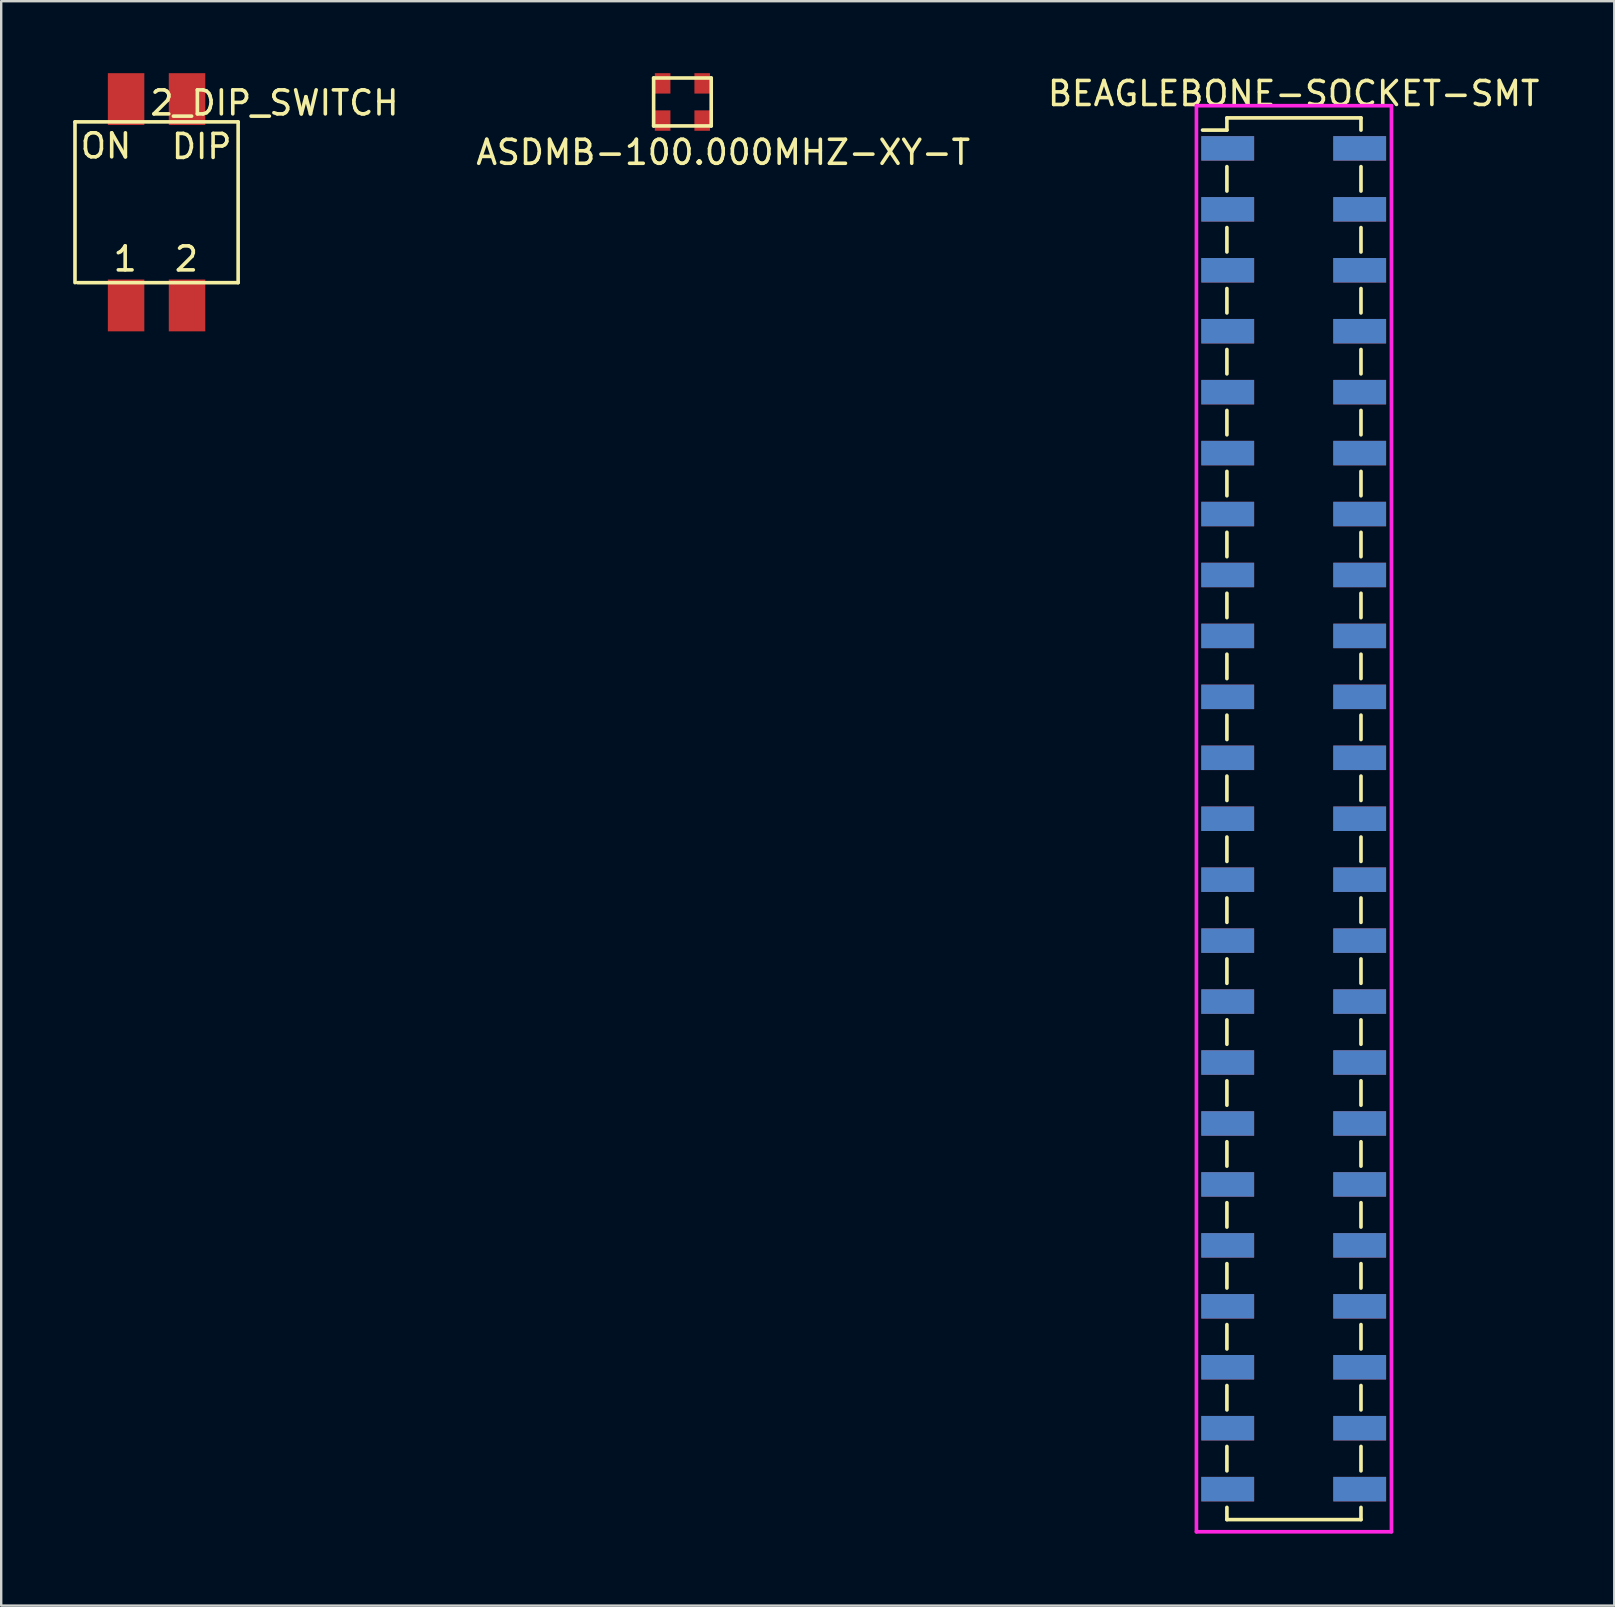
<source format=kicad_pcb>
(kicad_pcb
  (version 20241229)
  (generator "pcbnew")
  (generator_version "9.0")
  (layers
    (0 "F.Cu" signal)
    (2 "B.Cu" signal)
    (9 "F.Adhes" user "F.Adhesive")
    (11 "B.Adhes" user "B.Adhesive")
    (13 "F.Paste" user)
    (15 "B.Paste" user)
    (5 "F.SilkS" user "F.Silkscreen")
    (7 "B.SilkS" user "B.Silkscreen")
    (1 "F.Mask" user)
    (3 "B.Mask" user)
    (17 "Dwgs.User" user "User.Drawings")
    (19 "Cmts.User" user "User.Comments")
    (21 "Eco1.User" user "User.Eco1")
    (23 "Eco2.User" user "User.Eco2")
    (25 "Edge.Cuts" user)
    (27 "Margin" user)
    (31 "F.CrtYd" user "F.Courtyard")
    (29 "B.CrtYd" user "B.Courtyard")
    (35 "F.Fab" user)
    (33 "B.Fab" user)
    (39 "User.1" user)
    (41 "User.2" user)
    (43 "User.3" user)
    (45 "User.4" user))
  (footprint "2_DIP_SWITCH"
    (layer "F.Cu")
    (at 3.475 5.38)
    (property "Reference" "2_DIP_SWITCH" (at 4.915 -4.14 0) (layer "F.SilkS") (effects (font (size 1 1) (thickness 0.15))))
    (attr through_hole)
    (fp_line (start -3.4 -3.35) (end 3.4 -3.35) (stroke (width 0.15) (type solid)) (layer "F.SilkS"))
    (fp_line (start -3.4 3.35) (end -3.4 -3.35) (stroke (width 0.15) (type solid)) (layer "F.SilkS"))
    (fp_line (start 3.4 -3.35) (end 3.4 3.35) (stroke (width 0.15) (type solid)) (layer "F.SilkS"))
    (fp_line (start 3.4 3.35) (end -3.3 3.35) (stroke (width 0.15) (type solid)) (layer "F.SilkS"))
    (fp_text user "2" (at 1.245 2.362 0) (layer "F.SilkS") (effects (font (size 1 1) (thickness 0.15))))
    (fp_text user "DIP" (at 1.88 -2.324 0) (layer "F.SilkS") (effects (font (size 1 1) (thickness 0.15))))
    (fp_text user "ON" (at -2.108 -2.349 0) (layer "F.SilkS") (effects (font (size 1 1) (thickness 0.15))))
    (fp_text user "1" (at -1.308 2.362 0) (layer "F.SilkS") (effects (font (size 1 1) (thickness 0.15))))
    (pad "1" smd rect (at 1.27 -4.3) (size 1.52 2.16) (layers "F.Cu" "F.Mask" "F.Paste"))
    (pad "2" smd rect (at -1.27 -4.3) (size 1.52 2.16) (layers "F.Cu" "F.Mask" "F.Paste"))
    (pad "3" smd rect (at -1.27 4.3) (size 1.52 2.16) (layers "F.Cu" "F.Mask" "F.Paste"))
    (pad "4" smd rect (at 1.27 4.3) (size 1.52 2.16) (layers "F.Cu" "F.Mask" "F.Paste")))
  (footprint "ASDMB-100.000MHZ-XY-T"
    (layer "F.Cu")
    (at 25.392 1.2)
    (property "Reference" "ASDMB-100.000MHZ-XY-T" (at 1.7 2.1 0) (layer "F.SilkS") (effects (font (size 1 1) (thickness 0.15))))
    (attr through_hole)
    (fp_line (start -1.2 -1) (end -1.2 1) (stroke (width 0.15) (type solid)) (layer "F.SilkS"))
    (fp_line (start -1.2 1) (end 1.2 1) (stroke (width 0.15) (type solid)) (layer "F.SilkS"))
    (fp_line (start 1.2 -1) (end -1.2 -1) (stroke (width 0.15) (type solid)) (layer "F.SilkS"))
    (fp_line (start 1.2 1) (end 1.2 -1) (stroke (width 0.15) (type solid)) (layer "F.SilkS"))
    (pad "1" smd rect (at -0.825 0.775) (size 0.65 0.85) (layers "F.Cu" "F.Mask" "F.Paste"))
    (pad "2" smd rect (at 0.825 0.775) (size 0.65 0.85) (layers "F.Cu" "F.Mask" "F.Paste"))
    (pad "3" smd rect (at 0.825 -0.775) (size 0.65 0.85) (layers "F.Cu" "F.Mask" "F.Paste"))
    (pad "4" smd rect (at -0.825 -0.775) (size 0.65 0.85) (layers "F.Cu" "F.Mask" "F.Paste")))
  (footprint "BEAGLEBONE-SOCKET-SMT"
    (layer "F.Cu")
    (at 49.609 3.134)
    (property "Reference" "BEAGLEBONE-SOCKET-SMT" (at 1.257 -2.286 0) (layer "F.SilkS") (effects (font (size 1 1) (thickness 0.15))))
    (attr smd)
    (fp_line (start -1.524 -1.27) (end -1.524 -0.762) (stroke (width 0.15) (type solid)) (layer "F.SilkS"))
    (fp_line (start -1.524 -1.27) (end 4.064 -1.27) (stroke (width 0.152) (type solid)) (layer "F.SilkS"))
    (fp_line (start -1.524 -0.762) (end -2.54 -0.762) (stroke (width 0.152) (type solid)) (layer "F.SilkS"))
    (fp_line (start -1.524 0.762) (end -1.524 1.778) (stroke (width 0.152) (type solid)) (layer "F.SilkS"))
    (fp_line (start -1.524 3.302) (end -1.524 4.318) (stroke (width 0.152) (type solid)) (layer "F.SilkS"))
    (fp_line (start -1.524 5.842) (end -1.524 6.858) (stroke (width 0.152) (type solid)) (layer "F.SilkS"))
    (fp_line (start -1.524 8.382) (end -1.524 9.398) (stroke (width 0.152) (type solid)) (layer "F.SilkS"))
    (fp_line (start -1.524 10.922) (end -1.524 11.938) (stroke (width 0.152) (type solid)) (layer "F.SilkS"))
    (fp_line (start -1.524 13.462) (end -1.524 14.478) (stroke (width 0.152) (type solid)) (layer "F.SilkS"))
    (fp_line (start -1.524 16.002) (end -1.524 17.018) (stroke (width 0.152) (type solid)) (layer "F.SilkS"))
    (fp_line (start -1.524 18.542) (end -1.524 19.558) (stroke (width 0.152) (type solid)) (layer "F.SilkS"))
    (fp_line (start -1.524 21.082) (end -1.524 22.098) (stroke (width 0.152) (type solid)) (layer "F.SilkS"))
    (fp_line (start -1.524 23.622) (end -1.524 24.638) (stroke (width 0.152) (type solid)) (layer "F.SilkS"))
    (fp_line (start -1.524 26.162) (end -1.524 27.178) (stroke (width 0.152) (type solid)) (layer "F.SilkS"))
    (fp_line (start -1.524 28.702) (end -1.524 29.718) (stroke (width 0.152) (type solid)) (layer "F.SilkS"))
    (fp_line (start -1.524 31.242) (end -1.524 32.258) (stroke (width 0.152) (type solid)) (layer "F.SilkS"))
    (fp_line (start -1.524 33.782) (end -1.524 34.798) (stroke (width 0.152) (type solid)) (layer "F.SilkS"))
    (fp_line (start -1.524 36.322) (end -1.524 37.338) (stroke (width 0.152) (type solid)) (layer "F.SilkS"))
    (fp_line (start -1.524 38.862) (end -1.524 39.878) (stroke (width 0.152) (type solid)) (layer "F.SilkS"))
    (fp_line (start -1.524 41.402) (end -1.524 42.418) (stroke (width 0.152) (type solid)) (layer "F.SilkS"))
    (fp_line (start -1.524 43.942) (end -1.524 44.958) (stroke (width 0.152) (type solid)) (layer "F.SilkS"))
    (fp_line (start -1.524 46.482) (end -1.524 47.498) (stroke (width 0.152) (type solid)) (layer "F.SilkS"))
    (fp_line (start -1.524 49.022) (end -1.524 50.038) (stroke (width 0.152) (type solid)) (layer "F.SilkS"))
    (fp_line (start -1.524 51.562) (end -1.524 52.578) (stroke (width 0.152) (type solid)) (layer "F.SilkS"))
    (fp_line (start -1.524 54.102) (end -1.524 55.118) (stroke (width 0.152) (type solid)) (layer "F.SilkS"))
    (fp_line (start -1.524 56.642) (end -1.524 57.15) (stroke (width 0.152) (type solid)) (layer "F.SilkS"))
    (fp_line (start 4.064 -1.27) (end 4.064 -0.762) (stroke (width 0.152) (type solid)) (layer "F.SilkS"))
    (fp_line (start 4.064 0.762) (end 4.064 1.778) (stroke (width 0.152) (type solid)) (layer "F.SilkS"))
    (fp_line (start 4.064 3.302) (end 4.064 4.318) (stroke (width 0.152) (type solid)) (layer "F.SilkS"))
    (fp_line (start 4.064 5.842) (end 4.064 6.858) (stroke (width 0.152) (type solid)) (layer "F.SilkS"))
    (fp_line (start 4.064 8.382) (end 4.064 9.398) (stroke (width 0.152) (type solid)) (layer "F.SilkS"))
    (fp_line (start 4.064 10.922) (end 4.064 11.938) (stroke (width 0.152) (type solid)) (layer "F.SilkS"))
    (fp_line (start 4.064 13.462) (end 4.064 14.478) (stroke (width 0.152) (type solid)) (layer "F.SilkS"))
    (fp_line (start 4.064 16.002) (end 4.064 17.018) (stroke (width 0.152) (type solid)) (layer "F.SilkS"))
    (fp_line (start 4.064 18.542) (end 4.064 19.558) (stroke (width 0.152) (type solid)) (layer "F.SilkS"))
    (fp_line (start 4.064 21.082) (end 4.064 22.098) (stroke (width 0.152) (type solid)) (layer "F.SilkS"))
    (fp_line (start 4.064 23.622) (end 4.064 24.638) (stroke (width 0.152) (type solid)) (layer "F.SilkS"))
    (fp_line (start 4.064 26.162) (end 4.064 27.178) (stroke (width 0.152) (type solid)) (layer "F.SilkS"))
    (fp_line (start 4.064 28.702) (end 4.064 29.718) (stroke (width 0.152) (type solid)) (layer "F.SilkS"))
    (fp_line (start 4.064 31.242) (end 4.064 32.258) (stroke (width 0.152) (type solid)) (layer "F.SilkS"))
    (fp_line (start 4.064 33.782) (end 4.064 34.798) (stroke (width 0.152) (type solid)) (layer "F.SilkS"))
    (fp_line (start 4.064 36.322) (end 4.064 37.338) (stroke (width 0.152) (type solid)) (layer "F.SilkS"))
    (fp_line (start 4.064 38.862) (end 4.064 39.878) (stroke (width 0.152) (type solid)) (layer "F.SilkS"))
    (fp_line (start 4.064 41.402) (end 4.064 42.418) (stroke (width 0.152) (type solid)) (layer "F.SilkS"))
    (fp_line (start 4.064 43.942) (end 4.064 44.958) (stroke (width 0.152) (type solid)) (layer "F.SilkS"))
    (fp_line (start 4.064 46.482) (end 4.064 47.498) (stroke (width 0.152) (type solid)) (layer "F.SilkS"))
    (fp_line (start 4.064 49.022) (end 4.064 50.038) (stroke (width 0.152) (type solid)) (layer "F.SilkS"))
    (fp_line (start 4.064 51.562) (end 4.064 52.578) (stroke (width 0.152) (type solid)) (layer "F.SilkS"))
    (fp_line (start 4.064 54.102) (end 4.064 55.118) (stroke (width 0.152) (type solid)) (layer "F.SilkS"))
    (fp_line (start 4.064 56.642) (end 4.064 57.15) (stroke (width 0.152) (type solid)) (layer "F.SilkS"))
    (fp_line (start 4.064 57.15) (end -1.524 57.15) (stroke (width 0.15) (type solid)) (layer "F.SilkS"))
    (fp_line (start -2.794 -1.778) (end -2.794 57.658) (stroke (width 0.152) (type solid)) (layer "F.CrtYd"))
    (fp_line (start -2.794 -1.778) (end 5.334 -1.778) (stroke (width 0.152) (type solid)) (layer "F.CrtYd"))
    (fp_line (start 5.334 -1.778) (end 5.334 57.658) (stroke (width 0.152) (type solid)) (layer "F.CrtYd"))
    (fp_line (start 5.334 57.658) (end -2.794 57.658) (stroke (width 0.152) (type solid)) (layer "F.CrtYd"))
    (pad "1" smd rect (at -1.49 0 270) (size 1.02 2.2) (layers "F.Cu" "F.Mask" "F.Paste"))
    (pad "1" smd rect (at -1.49 0 90) (size 1.02 2.2) (layers "B.Cu" "B.Mask" "B.Paste"))
    (pad "2" smd rect (at 4.01 0 270) (size 1.02 2.2) (layers "F.Cu" "F.Mask" "F.Paste"))
    (pad "2" smd rect (at 4.01 0 90) (size 1.02 2.2) (layers "B.Cu" "B.Mask" "B.Paste"))
    (pad "3" smd rect (at -1.49 2.54 270) (size 1.02 2.2) (layers "F.Cu" "F.Mask" "F.Paste"))
    (pad "3" smd rect (at -1.49 2.54 90) (size 1.02 2.2) (layers "B.Cu" "B.Mask" "B.Paste"))
    (pad "4" smd rect (at 4.01 2.54 270) (size 1.02 2.2) (layers "F.Cu" "F.Mask" "F.Paste"))
    (pad "4" smd rect (at 4.01 2.54 90) (size 1.02 2.2) (layers "B.Cu" "B.Mask" "B.Paste"))
    (pad "5" smd rect (at -1.49 5.08 270) (size 1.02 2.2) (layers "F.Cu" "F.Mask" "F.Paste"))
    (pad "5" smd rect (at -1.49 5.08 90) (size 1.02 2.2) (layers "B.Cu" "B.Mask" "B.Paste"))
    (pad "6" smd rect (at 4.01 5.08 270) (size 1.02 2.2) (layers "F.Cu" "F.Mask" "F.Paste"))
    (pad "6" smd rect (at 4.01 5.08 90) (size 1.02 2.2) (layers "B.Cu" "B.Mask" "B.Paste"))
    (pad "7" smd rect (at -1.49 7.62 270) (size 1.02 2.2) (layers "F.Cu" "F.Mask" "F.Paste"))
    (pad "7" smd rect (at -1.49 7.62 90) (size 1.02 2.2) (layers "B.Cu" "B.Mask" "B.Paste"))
    (pad "8" smd rect (at 4.01 7.62 270) (size 1.02 2.2) (layers "F.Cu" "F.Mask" "F.Paste"))
    (pad "8" smd rect (at 4.01 7.62 90) (size 1.02 2.2) (layers "B.Cu" "B.Mask" "B.Paste"))
    (pad "9" smd rect (at -1.49 10.16 270) (size 1.02 2.2) (layers "F.Cu" "F.Mask" "F.Paste"))
    (pad "9" smd rect (at -1.49 10.16 90) (size 1.02 2.2) (layers "B.Cu" "B.Mask" "B.Paste"))
    (pad "10" smd rect (at 4.01 10.16 270) (size 1.02 2.2) (layers "F.Cu" "F.Mask" "F.Paste"))
    (pad "10" smd rect (at 4.01 10.16 90) (size 1.02 2.2) (layers "B.Cu" "B.Mask" "B.Paste"))
    (pad "11" smd rect (at -1.49 12.7 270) (size 1.02 2.2) (layers "F.Cu" "F.Mask" "F.Paste"))
    (pad "11" smd rect (at -1.49 12.7 90) (size 1.02 2.2) (layers "B.Cu" "B.Mask" "B.Paste"))
    (pad "12" smd rect (at 4.01 12.7 270) (size 1.02 2.2) (layers "F.Cu" "F.Mask" "F.Paste"))
    (pad "12" smd rect (at 4.01 12.7 90) (size 1.02 2.2) (layers "B.Cu" "B.Mask" "B.Paste"))
    (pad "13" smd rect (at -1.49 15.24 270) (size 1.02 2.2) (layers "F.Cu" "F.Mask" "F.Paste"))
    (pad "13" smd rect (at -1.49 15.24 90) (size 1.02 2.2) (layers "B.Cu" "B.Mask" "B.Paste"))
    (pad "14" smd rect (at 4.01 15.24 270) (size 1.02 2.2) (layers "F.Cu" "F.Mask" "F.Paste"))
    (pad "14" smd rect (at 4.01 15.24 90) (size 1.02 2.2) (layers "B.Cu" "B.Mask" "B.Paste"))
    (pad "15" smd rect (at -1.49 17.78 270) (size 1.02 2.2) (layers "F.Cu" "F.Mask" "F.Paste"))
    (pad "15" smd rect (at -1.49 17.78 90) (size 1.02 2.2) (layers "B.Cu" "B.Mask" "B.Paste"))
    (pad "16" smd rect (at 4.01 17.78 270) (size 1.02 2.2) (layers "F.Cu" "F.Mask" "F.Paste"))
    (pad "16" smd rect (at 4.01 17.78 90) (size 1.02 2.2) (layers "B.Cu" "B.Mask" "B.Paste"))
    (pad "17" smd rect (at -1.49 20.32 270) (size 1.02 2.2) (layers "F.Cu" "F.Mask" "F.Paste"))
    (pad "17" smd rect (at -1.49 20.32 90) (size 1.02 2.2) (layers "B.Cu" "B.Mask" "B.Paste"))
    (pad "18" smd rect (at 4.01 20.32 270) (size 1.02 2.2) (layers "F.Cu" "F.Mask" "F.Paste"))
    (pad "18" smd rect (at 4.01 20.32 90) (size 1.02 2.2) (layers "B.Cu" "B.Mask" "B.Paste"))
    (pad "19" smd rect (at -1.49 22.86 270) (size 1.02 2.2) (layers "F.Cu" "F.Mask" "F.Paste"))
    (pad "19" smd rect (at -1.49 22.86 90) (size 1.02 2.2) (layers "B.Cu" "B.Mask" "B.Paste"))
    (pad "20" smd rect (at 4.01 22.86 270) (size 1.02 2.2) (layers "F.Cu" "F.Mask" "F.Paste"))
    (pad "20" smd rect (at 4.01 22.86 90) (size 1.02 2.2) (layers "B.Cu" "B.Mask" "B.Paste"))
    (pad "21" smd rect (at -1.49 25.4 270) (size 1.02 2.2) (layers "F.Cu" "F.Mask" "F.Paste"))
    (pad "21" smd rect (at -1.49 25.4 90) (size 1.02 2.2) (layers "B.Cu" "B.Mask" "B.Paste"))
    (pad "22" smd rect (at 4.01 25.4 270) (size 1.02 2.2) (layers "F.Cu" "F.Mask" "F.Paste"))
    (pad "22" smd rect (at 4.01 25.4 90) (size 1.02 2.2) (layers "B.Cu" "B.Mask" "B.Paste"))
    (pad "23" smd rect (at -1.49 27.94 270) (size 1.02 2.2) (layers "F.Cu" "F.Mask" "F.Paste"))
    (pad "23" smd rect (at -1.49 27.94 90) (size 1.02 2.2) (layers "B.Cu" "B.Mask" "B.Paste"))
    (pad "24" smd rect (at 4.01 27.94 270) (size 1.02 2.2) (layers "F.Cu" "F.Mask" "F.Paste"))
    (pad "24" smd rect (at 4.01 27.94 90) (size 1.02 2.2) (layers "B.Cu" "B.Mask" "B.Paste"))
    (pad "25" smd rect (at -1.49 30.48 270) (size 1.02 2.2) (layers "F.Cu" "F.Mask" "F.Paste"))
    (pad "25" smd rect (at -1.49 30.48 90) (size 1.02 2.2) (layers "B.Cu" "B.Mask" "B.Paste"))
    (pad "26" smd rect (at 4.01 30.48 270) (size 1.02 2.2) (layers "F.Cu" "F.Mask" "F.Paste"))
    (pad "26" smd rect (at 4.01 30.48 90) (size 1.02 2.2) (layers "B.Cu" "B.Mask" "B.Paste"))
    (pad "27" smd rect (at -1.49 33.02 270) (size 1.02 2.2) (layers "F.Cu" "F.Mask" "F.Paste"))
    (pad "27" smd rect (at -1.49 33.02 90) (size 1.02 2.2) (layers "B.Cu" "B.Mask" "B.Paste"))
    (pad "28" smd rect (at 4.01 33.02 270) (size 1.02 2.2) (layers "F.Cu" "F.Mask" "F.Paste"))
    (pad "28" smd rect (at 4.01 33.02 90) (size 1.02 2.2) (layers "B.Cu" "B.Mask" "B.Paste"))
    (pad "29" smd rect (at -1.49 35.56 270) (size 1.02 2.2) (layers "F.Cu" "F.Mask" "F.Paste"))
    (pad "29" smd rect (at -1.49 35.56 90) (size 1.02 2.2) (layers "B.Cu" "B.Mask" "B.Paste"))
    (pad "30" smd rect (at 4.01 35.56 270) (size 1.02 2.2) (layers "F.Cu" "F.Mask" "F.Paste"))
    (pad "30" smd rect (at 4.01 35.56 90) (size 1.02 2.2) (layers "B.Cu" "B.Mask" "B.Paste"))
    (pad "31" smd rect (at -1.49 38.1 270) (size 1.02 2.2) (layers "F.Cu" "F.Mask" "F.Paste"))
    (pad "31" smd rect (at -1.49 38.1 90) (size 1.02 2.2) (layers "B.Cu" "B.Mask" "B.Paste"))
    (pad "32" smd rect (at 4.01 38.1 270) (size 1.02 2.2) (layers "F.Cu" "F.Mask" "F.Paste"))
    (pad "32" smd rect (at 4.01 38.1 90) (size 1.02 2.2) (layers "B.Cu" "B.Mask" "B.Paste"))
    (pad "33" smd rect (at -1.49 40.64 270) (size 1.02 2.2) (layers "F.Cu" "F.Mask" "F.Paste"))
    (pad "33" smd rect (at -1.49 40.64 90) (size 1.02 2.2) (layers "B.Cu" "B.Mask" "B.Paste"))
    (pad "34" smd rect (at 4.01 40.64 270) (size 1.02 2.2) (layers "F.Cu" "F.Mask" "F.Paste"))
    (pad "34" smd rect (at 4.01 40.64 90) (size 1.02 2.2) (layers "B.Cu" "B.Mask" "B.Paste"))
    (pad "35" smd rect (at -1.49 43.18 270) (size 1.02 2.2) (layers "F.Cu" "F.Mask" "F.Paste"))
    (pad "35" smd rect (at -1.49 43.18 90) (size 1.02 2.2) (layers "B.Cu" "B.Mask" "B.Paste"))
    (pad "36" smd rect (at 4.01 43.18 270) (size 1.02 2.2) (layers "F.Cu" "F.Mask" "F.Paste"))
    (pad "36" smd rect (at 4.01 43.18 90) (size 1.02 2.2) (layers "B.Cu" "B.Mask" "B.Paste"))
    (pad "37" smd rect (at -1.49 45.72 270) (size 1.02 2.2) (layers "F.Cu" "F.Mask" "F.Paste"))
    (pad "37" smd rect (at -1.49 45.72 90) (size 1.02 2.2) (layers "B.Cu" "B.Mask" "B.Paste"))
    (pad "38" smd rect (at 4.01 45.72 270) (size 1.02 2.2) (layers "F.Cu" "F.Mask" "F.Paste"))
    (pad "38" smd rect (at 4.01 45.72 90) (size 1.02 2.2) (layers "B.Cu" "B.Mask" "B.Paste"))
    (pad "39" smd rect (at -1.49 48.26 270) (size 1.02 2.2) (layers "F.Cu" "F.Mask" "F.Paste"))
    (pad "39" smd rect (at -1.49 48.26 90) (size 1.02 2.2) (layers "B.Cu" "B.Mask" "B.Paste"))
    (pad "40" smd rect (at 4.01 48.26 270) (size 1.02 2.2) (layers "F.Cu" "F.Mask" "F.Paste"))
    (pad "40" smd rect (at 4.01 48.26 90) (size 1.02 2.2) (layers "B.Cu" "B.Mask" "B.Paste"))
    (pad "41" smd rect (at -1.49 50.8 270) (size 1.02 2.2) (layers "F.Cu" "F.Mask" "F.Paste"))
    (pad "41" smd rect (at -1.49 50.8 90) (size 1.02 2.2) (layers "B.Cu" "B.Mask" "B.Paste"))
    (pad "42" smd rect (at 4.01 50.8 270) (size 1.02 2.2) (layers "F.Cu" "F.Mask" "F.Paste"))
    (pad "42" smd rect (at 4.01 50.8 90) (size 1.02 2.2) (layers "B.Cu" "B.Mask" "B.Paste"))
    (pad "43" smd rect (at -1.49 53.34 270) (size 1.02 2.2) (layers "F.Cu" "F.Mask" "F.Paste"))
    (pad "43" smd rect (at -1.49 53.34 90) (size 1.02 2.2) (layers "B.Cu" "B.Mask" "B.Paste"))
    (pad "44" smd rect (at 4.01 53.34 270) (size 1.02 2.2) (layers "F.Cu" "F.Mask" "F.Paste"))
    (pad "44" smd rect (at 4.01 53.34 90) (size 1.02 2.2) (layers "B.Cu" "B.Mask" "B.Paste"))
    (pad "45" smd rect (at -1.49 55.88 270) (size 1.02 2.2) (layers "F.Cu" "F.Mask" "F.Paste"))
    (pad "45" smd rect (at -1.49 55.88 90) (size 1.02 2.2) (layers "B.Cu" "B.Mask" "B.Paste"))
    (pad "46" smd rect (at 4.01 55.88 270) (size 1.02 2.2) (layers "F.Cu" "F.Mask" "F.Paste"))
    (pad "46" smd rect (at 4.01 55.88 90) (size 1.02 2.2) (layers "B.Cu" "B.Mask" "B.Paste")))
  (gr_rect
    (start -3 -3)
    (end 64.229 63.868)
    (stroke (width 0.1) (type default))
    (fill no)
    (layer "Edge.Cuts")))
</source>
